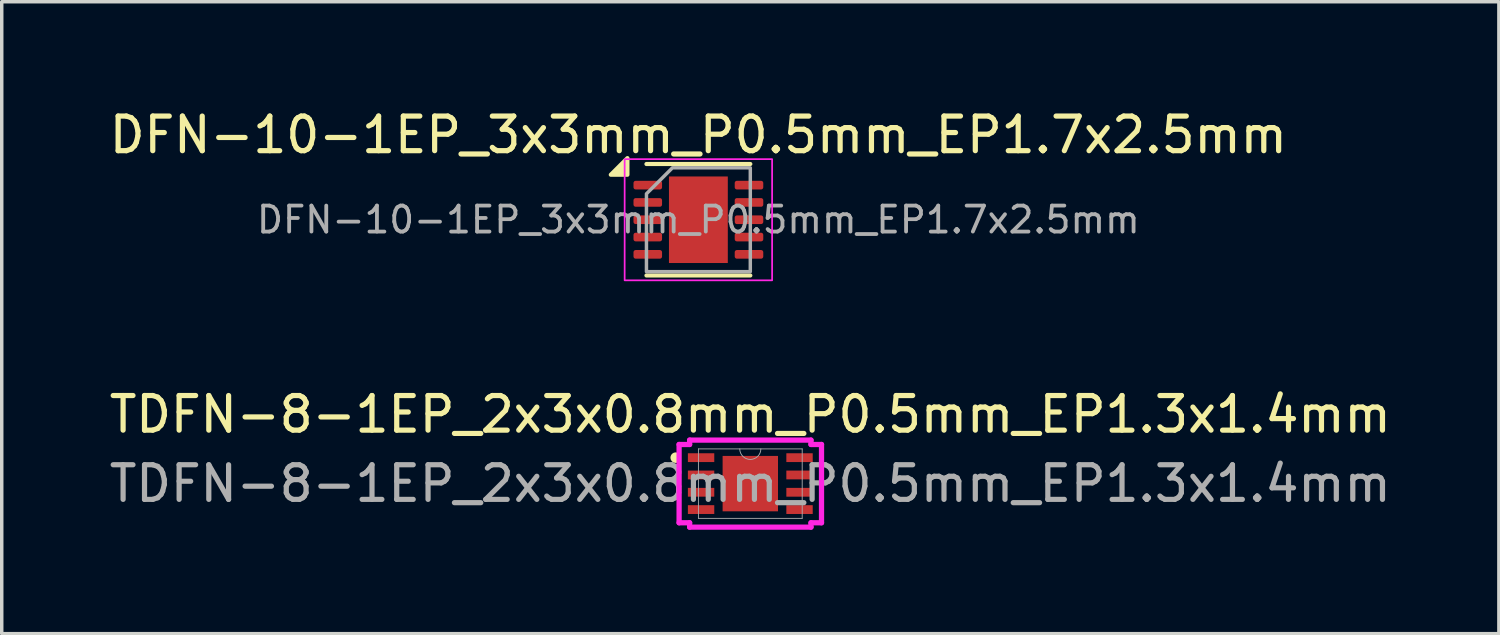
<source format=kicad_pcb>
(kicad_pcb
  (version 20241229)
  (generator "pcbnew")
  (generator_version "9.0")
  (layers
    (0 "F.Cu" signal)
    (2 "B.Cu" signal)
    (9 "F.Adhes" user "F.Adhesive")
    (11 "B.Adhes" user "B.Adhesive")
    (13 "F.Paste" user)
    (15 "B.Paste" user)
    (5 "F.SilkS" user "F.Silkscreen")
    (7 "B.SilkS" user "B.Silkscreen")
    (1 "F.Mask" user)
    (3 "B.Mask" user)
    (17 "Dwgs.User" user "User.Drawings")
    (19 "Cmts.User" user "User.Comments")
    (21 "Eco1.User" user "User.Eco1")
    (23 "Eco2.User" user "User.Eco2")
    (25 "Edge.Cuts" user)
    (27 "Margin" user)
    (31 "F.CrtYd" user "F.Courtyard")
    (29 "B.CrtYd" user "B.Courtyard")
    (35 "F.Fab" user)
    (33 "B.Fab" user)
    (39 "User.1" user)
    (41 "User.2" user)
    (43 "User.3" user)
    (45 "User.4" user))
  (footprint "DFN-10-1EP_3x3mm_P0.5mm_EP1.7x2.5mm"
    (layer "F.Cu")
    (at 17.125 3.298)
    (property "Reference" "DFN-10-1EP_3x3mm_P0.5mm_EP1.7x2.5mm" (at 0 -2.45 0) (layer "F.SilkS") (effects (font (size 1 1) (thickness 0.15))))
    (attr smd)
    (fp_line (start -1.5 -1.61) (end 1.5 -1.61) (stroke (width 0.12) (type solid)) (layer "F.SilkS"))
    (fp_line (start -1.5 1.61) (end 1.5 1.61) (stroke (width 0.12) (type solid)) (layer "F.SilkS"))
    (fp_poly (pts (xy -2.05 -1.3) (xy -2.53 -1.3) (xy -2.05 -1.78)) (stroke (width 0.12) (type solid)) (fill yes) (layer "F.SilkS"))
    (fp_rect (start -2.13 -1.75) (end 2.13 1.75) (stroke (width 0.05) (type solid)) (fill no) (layer "F.CrtYd"))
    (fp_poly (pts (xy -1.5 -0.75) (xy -1.5 1.5) (xy 1.5 1.5) (xy 1.5 -1.5) (xy -0.75 -1.5)) (stroke (width 0.1) (type solid)) (fill no) (layer "F.Fab"))
    (fp_text user "${REFERENCE}" (at 0 0 0) (layer "F.Fab") (effects (font (size 0.75 0.75) (thickness 0.11))))
    (pad "" smd roundrect (at -0.425 -0.625) (size 0.69 1.01) (layers "F.Paste") (roundrect_rratio 0.25))
    (pad "" smd roundrect (at -0.425 0.625) (size 0.69 1.01) (layers "F.Paste") (roundrect_rratio 0.25))
    (pad "" smd roundrect (at 0.425 -0.625) (size 0.69 1.01) (layers "F.Paste") (roundrect_rratio 0.25))
    (pad "" smd roundrect (at 0.425 0.625) (size 0.69 1.01) (layers "F.Paste") (roundrect_rratio 0.25))
    (pad "1" smd roundrect (at -1.462 -1) (size 0.825 0.25) (layers "F.Cu" "F.Mask" "F.Paste") (roundrect_rratio 0.25))
    (pad "2" smd roundrect (at -1.462 -0.5) (size 0.825 0.25) (layers "F.Cu" "F.Mask" "F.Paste") (roundrect_rratio 0.25))
    (pad "3" smd roundrect (at -1.462 0) (size 0.825 0.25) (layers "F.Cu" "F.Mask" "F.Paste") (roundrect_rratio 0.25))
    (pad "4" smd roundrect (at -1.462 0.5) (size 0.825 0.25) (layers "F.Cu" "F.Mask" "F.Paste") (roundrect_rratio 0.25))
    (pad "5" smd roundrect (at -1.462 1) (size 0.825 0.25) (layers "F.Cu" "F.Mask" "F.Paste") (roundrect_rratio 0.25))
    (pad "6" smd roundrect (at 1.462 1) (size 0.825 0.25) (layers "F.Cu" "F.Mask" "F.Paste") (roundrect_rratio 0.25))
    (pad "7" smd roundrect (at 1.462 0.5) (size 0.825 0.25) (layers "F.Cu" "F.Mask" "F.Paste") (roundrect_rratio 0.25))
    (pad "8" smd roundrect (at 1.462 0) (size 0.825 0.25) (layers "F.Cu" "F.Mask" "F.Paste") (roundrect_rratio 0.25))
    (pad "9" smd roundrect (at 1.462 -0.5) (size 0.825 0.25) (layers "F.Cu" "F.Mask" "F.Paste") (roundrect_rratio 0.25))
    (pad "10" smd roundrect (at 1.462 -1) (size 0.825 0.25) (layers "F.Cu" "F.Mask" "F.Paste") (roundrect_rratio 0.25))
    (pad "11" smd rect (at 0 0) (size 1.7 2.5) (property pad_prop_heatsink) (layers "F.Cu" "F.Mask")))
  (footprint "TDFN-8-1EP_2x3x0.8mm_P0.5mm_EP1.3x1.4mm"
    (layer "F.Cu")
    (at 18.625 10.921)
    (property "Reference" "TDFN-8-1EP_2x3x0.8mm_P0.5mm_EP1.3x1.4mm" (at 0 -2 0) (unlocked yes) (layer "F.SilkS") (effects (font (size 1 1) (thickness 0.15))))
    (attr smd)
    (fp_arc (start -2.13614 -0.676171) (mid -2.2312 -0.75) (end -2.13614 -0.823829) (stroke (width 0.1524) (type solid)) (layer "F.SilkS"))
    (fp_line (start -2.057 -1.131) (end -1.753 -1.131) (stroke (width 0.152) (type solid)) (layer "F.CrtYd"))
    (fp_line (start -2.057 1.131) (end -2.057 -1.131) (stroke (width 0.152) (type solid)) (layer "F.CrtYd"))
    (fp_line (start -2.057 1.131) (end -1.753 1.131) (stroke (width 0.152) (type solid)) (layer "F.CrtYd"))
    (fp_line (start -1.753 -1.257) (end 1.753 -1.257) (stroke (width 0.152) (type solid)) (layer "F.CrtYd"))
    (fp_line (start -1.753 -1.131) (end -1.753 -1.257) (stroke (width 0.152) (type solid)) (layer "F.CrtYd"))
    (fp_line (start -1.753 1.257) (end -1.753 1.131) (stroke (width 0.152) (type solid)) (layer "F.CrtYd"))
    (fp_line (start 1.753 -1.257) (end 1.753 -1.131) (stroke (width 0.152) (type solid)) (layer "F.CrtYd"))
    (fp_line (start 1.753 1.131) (end 1.753 1.257) (stroke (width 0.152) (type solid)) (layer "F.CrtYd"))
    (fp_line (start 1.753 1.257) (end -1.753 1.257) (stroke (width 0.152) (type solid)) (layer "F.CrtYd"))
    (fp_line (start 2.057 -1.131) (end 1.753 -1.131) (stroke (width 0.152) (type solid)) (layer "F.CrtYd"))
    (fp_line (start 2.057 -1.131) (end 2.057 1.131) (stroke (width 0.152) (type solid)) (layer "F.CrtYd"))
    (fp_line (start 2.057 1.131) (end 1.753 1.131) (stroke (width 0.152) (type solid)) (layer "F.CrtYd"))
    (fp_line (start -1.499 -1.003) (end -1.499 1.003) (stroke (width 0.025) (type solid)) (layer "F.Fab"))
    (fp_line (start -1.499 1.003) (end 1.499 1.003) (stroke (width 0.025) (type solid)) (layer "F.Fab"))
    (fp_line (start 1.499 -1.003) (end -1.499 -1.003) (stroke (width 0.025) (type solid)) (layer "F.Fab"))
    (fp_line (start 1.499 1.003) (end 1.499 -1.003) (stroke (width 0.025) (type solid)) (layer "F.Fab"))
    (fp_arc (start 0.3048 -1.0033) (mid 0 -0.6985) (end -0.3048 -1.0033) (stroke (width 0.0254) (type solid)) (layer "F.Fab"))
    (fp_text user "${REFERENCE}" (at 0 0 0) (unlocked yes) (layer "F.Fab") (effects (font (size 1 1) (thickness 0.15))))
    (pad "1" smd rect (at -1.422 -0.75) (size 0.762 0.254) (layers "F.Cu" "F.Mask" "F.Paste"))
    (pad "2" smd rect (at -1.422 -0.25) (size 0.762 0.254) (layers "F.Cu" "F.Mask" "F.Paste"))
    (pad "3" smd rect (at -1.422 0.25) (size 0.762 0.254) (layers "F.Cu" "F.Mask" "F.Paste"))
    (pad "4" smd rect (at -1.422 0.75) (size 0.762 0.254) (layers "F.Cu" "F.Mask" "F.Paste"))
    (pad "5" smd rect (at 1.422 0.75) (size 0.762 0.254) (layers "F.Cu" "F.Mask" "F.Paste"))
    (pad "6" smd rect (at 1.422 0.25) (size 0.762 0.254) (layers "F.Cu" "F.Mask" "F.Paste"))
    (pad "7" smd rect (at 1.422 -0.25) (size 0.762 0.254) (layers "F.Cu" "F.Mask" "F.Paste"))
    (pad "8" smd rect (at 1.422 -0.75) (size 0.762 0.254) (layers "F.Cu" "F.Mask" "F.Paste"))
    (pad "9" smd rect (at 0 0) (size 1.6 1.6) (layers "F.Cu" "F.Mask" "F.Paste")))
  (gr_rect
    (start -3 -3)
    (end 40.25 15.255)
    (stroke (width 0.1) (type default))
    (fill no)
    (layer "Edge.Cuts")))
</source>
